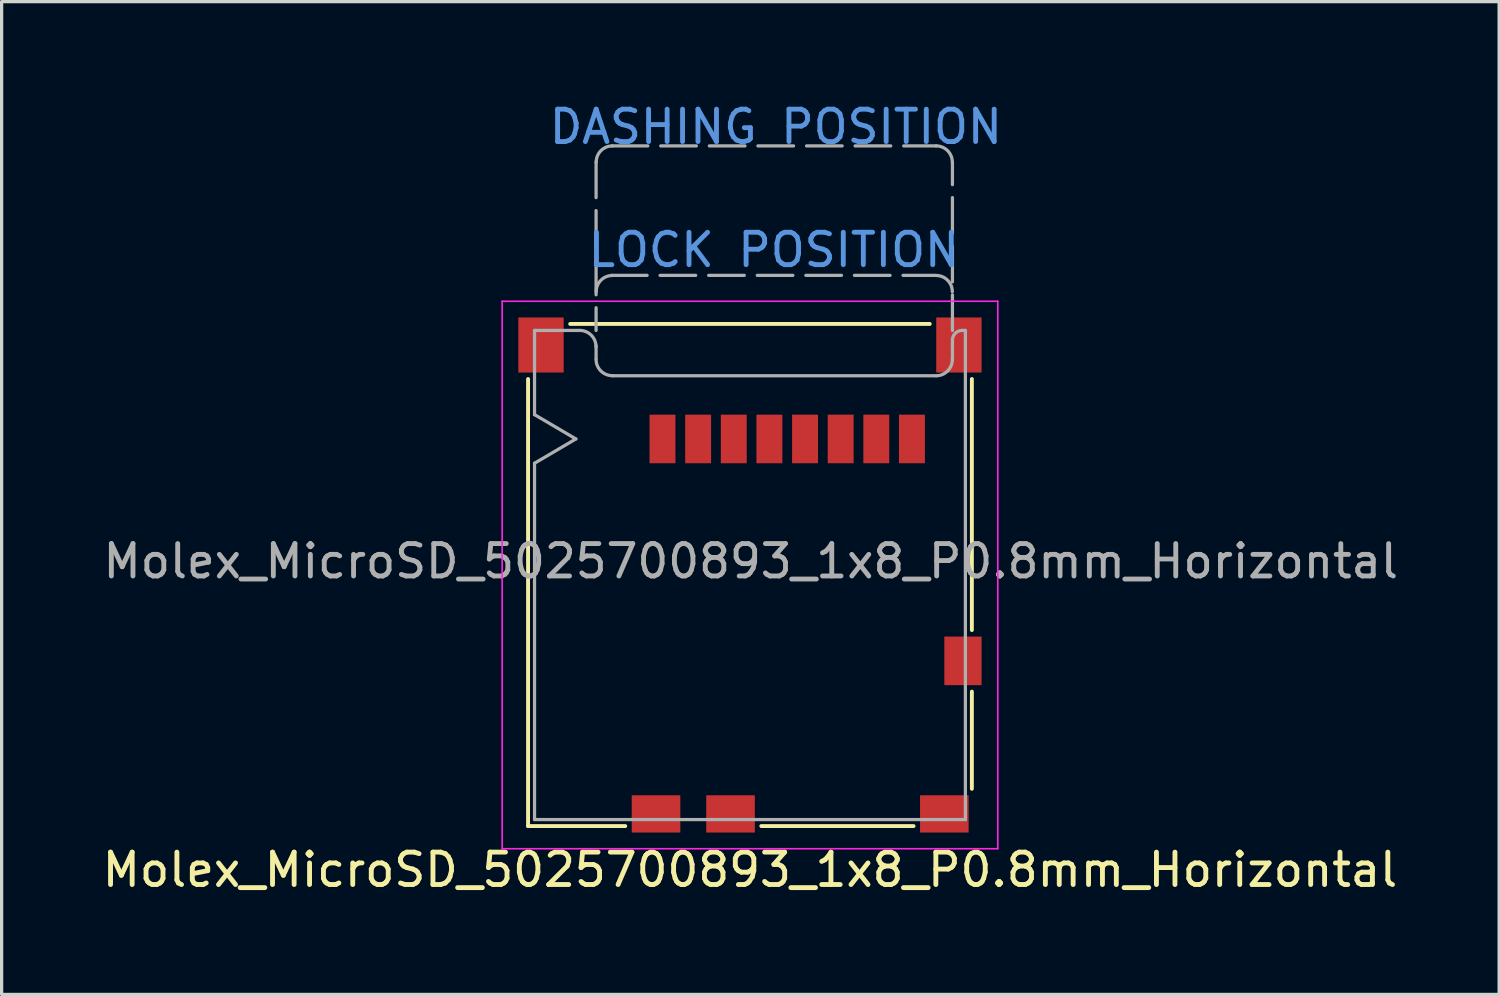
<source format=kicad_pcb>
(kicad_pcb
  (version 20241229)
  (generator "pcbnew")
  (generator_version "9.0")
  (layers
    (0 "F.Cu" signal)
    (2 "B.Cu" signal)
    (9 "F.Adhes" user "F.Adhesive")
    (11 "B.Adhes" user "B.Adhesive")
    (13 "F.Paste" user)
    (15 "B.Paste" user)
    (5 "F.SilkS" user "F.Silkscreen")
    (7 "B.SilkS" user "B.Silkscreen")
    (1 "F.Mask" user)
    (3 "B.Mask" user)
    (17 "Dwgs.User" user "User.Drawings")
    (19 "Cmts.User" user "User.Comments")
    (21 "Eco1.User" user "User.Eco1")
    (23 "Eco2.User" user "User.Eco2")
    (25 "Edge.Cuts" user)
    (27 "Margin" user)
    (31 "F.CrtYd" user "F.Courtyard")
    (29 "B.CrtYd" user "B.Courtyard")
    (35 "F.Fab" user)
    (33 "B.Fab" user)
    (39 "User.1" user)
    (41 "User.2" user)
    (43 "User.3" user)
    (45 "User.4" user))
  (footprint "Molex_MicroSD_5025700893_1x8_P0.8mm_Horizontal"
    (layer "F.Cu")
    (at 17.401 10.5)
    (property "Reference" "Molex_MicroSD_5025700893_1x8_P0.8mm_Horizontal" (at 2.7 13.3 0) (layer "F.SilkS") (effects (font (size 1 1) (thickness 0.15))))
    (attr smd)
    (fp_line (start -4.15 -1.85) (end -4.15 11.95) (stroke (width 0.12) (type solid)) (layer "F.SilkS"))
    (fp_line (start -4.15 11.95) (end -1.15 11.95) (stroke (width 0.12) (type solid)) (layer "F.SilkS"))
    (fp_line (start -2.85 -3.55) (end 8.25 -3.55) (stroke (width 0.12) (type solid)) (layer "F.SilkS"))
    (fp_line (start 3.05 11.95) (end 7.75 11.95) (stroke (width 0.12) (type solid)) (layer "F.SilkS"))
    (fp_line (start 9.55 5.9) (end 9.55 -1.85) (stroke (width 0.12) (type solid)) (layer "F.SilkS"))
    (fp_line (start 9.55 10.8) (end 9.55 7.8) (stroke (width 0.12) (type solid)) (layer "F.SilkS"))
    (fp_line (start -4.95 -4.25) (end 10.35 -4.25) (stroke (width 0.05) (type solid)) (layer "F.CrtYd"))
    (fp_line (start -4.95 12.65) (end -4.95 -4.25) (stroke (width 0.05) (type solid)) (layer "F.CrtYd"))
    (fp_line (start 10.35 -4.25) (end 10.35 12.65) (stroke (width 0.05) (type solid)) (layer "F.CrtYd"))
    (fp_line (start 10.35 12.65) (end -4.95 12.65) (stroke (width 0.05) (type solid)) (layer "F.CrtYd"))
    (fp_line (start -3.95 -3.35) (end -3.95 -0.75) (stroke (width 0.1) (type default)) (layer "F.Fab"))
    (fp_line (start -3.95 -3.35) (end -2.554 -3.35) (stroke (width 0.1) (type default)) (layer "F.Fab"))
    (fp_line (start -3.95 0.75) (end -3.95 11.75) (stroke (width 0.1) (type default)) (layer "F.Fab"))
    (fp_line (start -2.675 0) (end -3.95 -0.75) (stroke (width 0.1) (type default)) (layer "F.Fab"))
    (fp_line (start -2.675 0) (end -3.95 0.75) (stroke (width 0.1) (type default)) (layer "F.Fab"))
    (fp_line (start -2.05 -8.55) (end -2.05 -3.35) (stroke (width 0.1) (type dash)) (layer "F.Fab"))
    (fp_line (start -2.05 -2.475) (end -2.05 -2.875) (stroke (width 0.1) (type solid)) (layer "F.Fab"))
    (fp_line (start -1.575 -5.05) (end 8.425 -5.05) (stroke (width 0.1) (type dash)) (layer "F.Fab"))
    (fp_line (start -1.554 -9.046) (end 8.446 -9.046) (stroke (width 0.1) (type dash)) (layer "F.Fab"))
    (fp_line (start 8.446 -1.95) (end -1.55 -1.95) (stroke (width 0.1) (type solid)) (layer "F.Fab"))
    (fp_line (start 8.95 -3.35) (end 8.95 -8.55) (stroke (width 0.1) (type dash)) (layer "F.Fab"))
    (fp_line (start 8.95 -3.05) (end 8.95 -2.45) (stroke (width 0.1) (type solid)) (layer "F.Fab"))
    (fp_line (start 9.35 -3.35) (end 9.25 -3.35) (stroke (width 0.1) (type default)) (layer "F.Fab"))
    (fp_line (start 9.35 -3.35) (end 9.35 11.75) (stroke (width 0.1) (type default)) (layer "F.Fab"))
    (fp_line (start 9.35 11.75) (end -3.95 11.75) (stroke (width 0.1) (type default)) (layer "F.Fab"))
    (fp_arc (start -2.553553 -3.35) (mid -2.199998 -3.203554) (end -2.053553 -2.85) (stroke (width 0.1) (type solid)) (layer "F.Fab"))
    (fp_arc (start -2.046447 -8.546447) (mid -1.900001 -8.900001) (end -1.546447 -9.046447) (stroke (width 0.1) (type solid)) (layer "F.Fab"))
    (fp_arc (start -2.046447 -4.546447) (mid -1.900001 -4.900001) (end -1.546447 -5.046447) (stroke (width 0.1) (type solid)) (layer "F.Fab"))
    (fp_arc (start -1.55 -1.953553) (mid -1.903552 -2.1) (end -2.05 -2.453553) (stroke (width 0.1) (type solid)) (layer "F.Fab"))
    (fp_arc (start 8.446447 -9.046447) (mid 8.799987 -8.899987) (end 8.946447 -8.546447) (stroke (width 0.1) (type solid)) (layer "F.Fab"))
    (fp_arc (start 8.446447 -5.046447) (mid 8.799987 -4.899987) (end 8.946447 -4.546447) (stroke (width 0.1) (type solid)) (layer "F.Fab"))
    (fp_arc (start 8.946447 -2.45) (mid 8.799997 -2.096465) (end 8.446447 -1.95) (stroke (width 0.1) (type solid)) (layer "F.Fab"))
    (fp_arc (start 8.95 -3.05) (mid 9.037868 -3.262132) (end 9.25 -3.35) (stroke (width 0.1) (type solid)) (layer "F.Fab"))
    (fp_text user "LOCK POSITION" (at -2.375 -5.25 0) (unlocked yes) (layer "Cmts.User") (effects (font (size 1 1) (thickness 0.15)) (justify left bottom)))
    (fp_text user "DASHING POSITION" (at -3.575 -9.05 0) (unlocked yes) (layer "Cmts.User") (effects (font (size 1 1) (thickness 0.15)) (justify left bottom)))
    (fp_text user "${REFERENCE}" (at 2.725 3.775 0) (layer "F.Fab") (effects (font (size 1 1) (thickness 0.15))))
    (pad "1" smd rect (at 0 0) (size 0.8 1.5) (layers "F.Cu" "F.Mask" "F.Paste"))
    (pad "2" smd rect (at 1.1 0) (size 0.8 1.5) (layers "F.Cu" "F.Mask" "F.Paste"))
    (pad "3" smd rect (at 2.2 0) (size 0.8 1.5) (layers "F.Cu" "F.Mask" "F.Paste"))
    (pad "4" smd rect (at 3.3 0) (size 0.8 1.5) (layers "F.Cu" "F.Mask" "F.Paste"))
    (pad "5" smd rect (at 4.4 0) (size 0.8 1.5) (layers "F.Cu" "F.Mask" "F.Paste"))
    (pad "6" smd rect (at 5.5 0) (size 0.8 1.5) (layers "F.Cu" "F.Mask" "F.Paste"))
    (pad "7" smd rect (at 6.6 0) (size 0.8 1.5) (layers "F.Cu" "F.Mask" "F.Paste"))
    (pad "8" smd rect (at 7.7 0) (size 0.8 1.5) (layers "F.Cu" "F.Mask" "F.Paste"))
    (pad "9" smd rect (at -3.75 -2.9) (size 1.4 1.7) (layers "F.Cu" "F.Mask" "F.Paste"))
    (pad "10" smd rect (at -0.2 11.575) (size 1.5 1.15) (layers "F.Cu" "F.Mask" "F.Paste"))
    (pad "11" smd rect (at 8.7 11.575) (size 1.5 1.15) (layers "F.Cu" "F.Mask" "F.Paste"))
    (pad "12" smd rect (at 9.15 -2.9) (size 1.4 1.7) (layers "F.Cu" "F.Mask" "F.Paste"))
    (pad "13" smd rect (at 2.1 11.575) (size 1.5 1.15) (layers "F.Cu" "F.Mask" "F.Paste"))
    (pad "14" smd rect (at 9.275 6.85) (size 1.15 1.5) (layers "F.Cu" "F.Mask" "F.Paste")))
  (gr_rect
    (start -3 -3)
    (end 43.227 27.648)
    (stroke (width 0.1) (type default))
    (fill no)
    (layer "Edge.Cuts")))
</source>
